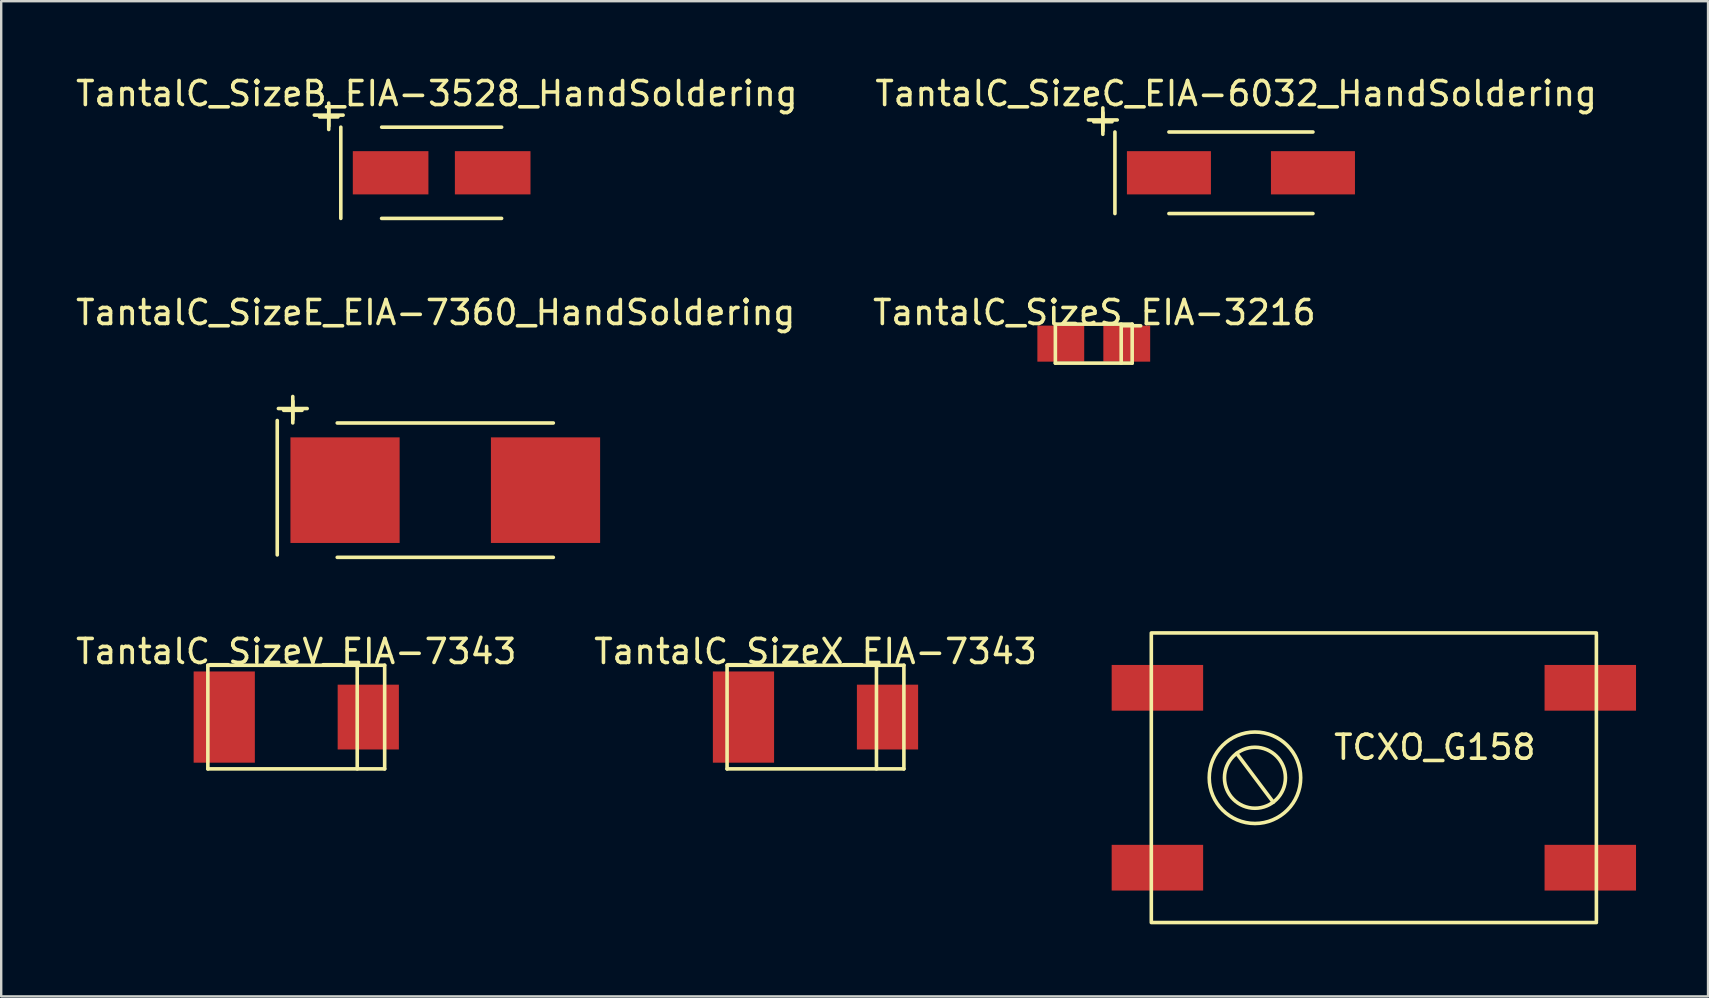
<source format=kicad_pcb>
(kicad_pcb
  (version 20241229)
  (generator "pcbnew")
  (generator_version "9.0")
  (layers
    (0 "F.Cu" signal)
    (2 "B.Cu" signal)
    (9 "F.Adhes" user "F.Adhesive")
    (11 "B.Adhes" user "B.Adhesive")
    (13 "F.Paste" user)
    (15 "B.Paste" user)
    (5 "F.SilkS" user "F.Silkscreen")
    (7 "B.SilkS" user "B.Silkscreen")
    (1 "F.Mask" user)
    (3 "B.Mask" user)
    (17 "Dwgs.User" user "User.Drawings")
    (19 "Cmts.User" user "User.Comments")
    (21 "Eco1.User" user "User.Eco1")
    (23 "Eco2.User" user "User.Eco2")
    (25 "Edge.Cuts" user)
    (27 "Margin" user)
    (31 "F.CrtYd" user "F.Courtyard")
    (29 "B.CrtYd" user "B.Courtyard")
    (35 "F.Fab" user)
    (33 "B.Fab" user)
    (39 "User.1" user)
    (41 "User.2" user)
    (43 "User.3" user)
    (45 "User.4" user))
  (footprint "TantalC_SizeB_EIA-3528_HandSoldering"
    (layer "F.Cu")
    (at 15.349 4.148)
    (property "Reference" "TantalC_SizeB_EIA-3528_HandSoldering" (at -0.201 -3.299 0) (layer "F.SilkS") (effects (font (size 1 1) (thickness 0.15))))
    (attr smd)
    (fp_line (start -5.304 -2.403) (end -4.105 -2.403) (stroke (width 0.15) (type solid)) (layer "F.SilkS"))
    (fp_line (start -4.704 -2.903) (end -4.704 -1.803) (stroke (width 0.15) (type solid)) (layer "F.SilkS"))
    (fp_line (start -4.201 -1.9) (end -4.201 1.9) (stroke (width 0.15) (type solid)) (layer "F.SilkS"))
    (fp_line (start 2.497 1.9) (end -2.502 1.9) (stroke (width 0.15) (type solid)) (layer "F.SilkS"))
    (fp_line (start 2.499 -1.9) (end -2.499 -1.9) (stroke (width 0.15) (type solid)) (layer "F.SilkS"))
    (fp_text user "+" (at -4.702 -2.4 0) (layer "F.SilkS") (effects (font (size 1 1) (thickness 0.15))))
    (pad "1" smd rect (at -2.126 0) (size 3.15 1.801) (layers "F.Cu" "F.Mask" "F.Paste"))
    (pad "2" smd rect (at 2.126 0) (size 3.15 1.801) (layers "F.Cu" "F.Mask" "F.Paste")))
  (footprint "TCXO_G158"
    (layer "F.Cu")
    (at 54.184 29.351)
    (property "Reference" "TCXO_G158" (at 2.54 -1.27 0) (layer "F.SilkS") (effects (font (size 1 1) (thickness 0.15))))
    (attr smd)
    (fp_line (start -9.271 -6.032) (end 9.271 -6.032) (stroke (width 0.15) (type solid)) (layer "F.SilkS"))
    (fp_line (start -9.271 5.969) (end -9.271 -5.969) (stroke (width 0.15) (type solid)) (layer "F.SilkS"))
    (fp_line (start -5.715 -1.016) (end -4.191 1.016) (stroke (width 0.15) (type solid)) (layer "F.SilkS"))
    (fp_line (start 9.271 -5.969) (end 9.271 5.969) (stroke (width 0.15) (type solid)) (layer "F.SilkS"))
    (fp_line (start 9.271 6.032) (end -9.271 6.032) (stroke (width 0.15) (type solid)) (layer "F.SilkS"))
    (fp_circle (center -4.953 0) (end -3.683 0) (stroke (width 0.15) (type solid)) (fill no) (layer "F.SilkS"))
    (fp_circle (center -4.953 0) (end -3.048 0) (stroke (width 0.15) (type solid)) (fill no) (layer "F.SilkS"))
    (pad "1" smd rect (at -9.017 3.747) (size 3.81 1.905) (layers "F.Cu" "F.Mask" "F.Paste"))
    (pad "2" smd rect (at 9.017 3.747) (size 3.81 1.905) (layers "F.Cu" "F.Mask" "F.Paste"))
    (pad "3" smd rect (at 9.017 -3.747) (size 3.81 1.905) (layers "F.Cu" "F.Mask" "F.Paste"))
    (pad "4" smd rect (at -9.017 -3.747) (size 3.81 1.905) (layers "F.Cu" "F.Mask" "F.Paste")))
  (footprint "TantalC_SizeC_EIA-6032_HandSoldering"
    (layer "F.Cu")
    (at 48.647 4.148)
    (property "Reference" "TantalC_SizeC_EIA-6032_HandSoldering" (at -0.201 -3.299 0) (layer "F.SilkS") (effects (font (size 1 1) (thickness 0.15))))
    (attr smd)
    (fp_line (start -6.353 -2.202) (end -5.154 -2.202) (stroke (width 0.15) (type solid)) (layer "F.SilkS"))
    (fp_line (start -5.753 -2.703) (end -5.753 -1.603) (stroke (width 0.15) (type solid)) (layer "F.SilkS"))
    (fp_line (start -5.25 -1.699) (end -5.25 1.699) (stroke (width 0.15) (type solid)) (layer "F.SilkS"))
    (fp_line (start 3 -1.699) (end -3 -1.699) (stroke (width 0.15) (type solid)) (layer "F.SilkS"))
    (fp_line (start 3 1.699) (end -3 1.699) (stroke (width 0.15) (type solid)) (layer "F.SilkS"))
    (fp_text user "+" (at -5.751 -2.2 0) (layer "F.SilkS") (effects (font (size 1 1) (thickness 0.15))))
    (pad "1" smd rect (at -3 0) (size 3.5 1.801) (layers "F.Cu" "F.Mask" "F.Paste"))
    (pad "2" smd rect (at 3 0) (size 3.5 1.801) (layers "F.Cu" "F.Mask" "F.Paste")))
  (footprint "TantalC_SizeV_EIA-7343"
    (layer "F.Cu")
    (at 9.292 26.823)
    (property "Reference" "TantalC_SizeV_EIA-7343" (at 0 -2.731 0) (layer "F.SilkS") (effects (font (size 1 1) (thickness 0.15))))
    (attr through_hole)
    (fp_line (start -3.683 -2.159) (end -3.683 2.159) (stroke (width 0.15) (type solid)) (layer "F.SilkS"))
    (fp_line (start -3.683 2.159) (end 3.683 2.159) (stroke (width 0.15) (type solid)) (layer "F.SilkS"))
    (fp_line (start 2.54 -2.159) (end 2.54 2.159) (stroke (width 0.15) (type solid)) (layer "F.SilkS"))
    (fp_line (start 3.683 -2.159) (end -3.683 -2.159) (stroke (width 0.15) (type solid)) (layer "F.SilkS"))
    (fp_line (start 3.683 2.159) (end 3.683 -2.159) (stroke (width 0.15) (type solid)) (layer "F.SilkS"))
    (pad "1" smd rect (at 3 0) (size 2.55 2.7) (layers "F.Cu" "F.Mask" "F.Paste"))
    (pad "2" smd rect (at -3 0) (size 2.55 3.8) (layers "F.Cu" "F.Mask" "F.Paste")))
  (footprint "TantalC_SizeE_EIA-7360_HandSoldering"
    (layer "F.Cu")
    (at 15.5 17.37)
    (property "Reference" "TantalC_SizeE_EIA-7360_HandSoldering" (at -0.399 -7.399 0) (layer "F.SilkS") (effects (font (size 1 1) (thickness 0.15))))
    (attr smd)
    (fp_line (start -7 -2.901) (end -7 2.697) (stroke (width 0.15) (type solid)) (layer "F.SilkS"))
    (fp_line (start -6.952 -3.401) (end -5.753 -3.401) (stroke (width 0.15) (type solid)) (layer "F.SilkS"))
    (fp_line (start -6.353 -3.901) (end -6.353 -2.802) (stroke (width 0.15) (type solid)) (layer "F.SilkS"))
    (fp_line (start -4.501 2.799) (end 4.501 2.799) (stroke (width 0.15) (type solid)) (layer "F.SilkS"))
    (fp_line (start 4.501 -2.799) (end -4.501 -2.799) (stroke (width 0.15) (type solid)) (layer "F.SilkS"))
    (fp_text user "+" (at -6.35 -3.399 0) (layer "F.SilkS") (effects (font (size 1 1) (thickness 0.15))))
    (pad "1" smd rect (at -4.176 0) (size 4.549 4.399) (layers "F.Cu" "F.Mask" "F.Paste"))
    (pad "2" smd rect (at 4.176 0) (size 4.549 4.399) (layers "F.Cu" "F.Mask" "F.Paste")))
  (footprint "TantalC_SizeS_EIA-3216"
    (layer "F.Cu")
    (at 42.516 11.266)
    (property "Reference" "TantalC_SizeS_EIA-3216" (at 0.025 -1.295 0) (layer "F.SilkS") (effects (font (size 1 1) (thickness 0.15))))
    (attr through_hole)
    (fp_line (start -1.6 -0.813) (end -1.6 0.813) (stroke (width 0.15) (type solid)) (layer "F.SilkS"))
    (fp_line (start -1.6 0.813) (end 1.6 0.813) (stroke (width 0.15) (type solid)) (layer "F.SilkS"))
    (fp_line (start 1.143 0.813) (end 1.143 -0.813) (stroke (width 0.15) (type solid)) (layer "F.SilkS"))
    (fp_line (start 1.6 -0.813) (end -1.6 -0.813) (stroke (width 0.15) (type solid)) (layer "F.SilkS"))
    (fp_line (start 1.6 0.813) (end 1.6 -0.813) (stroke (width 0.15) (type solid)) (layer "F.SilkS"))
    (pad "1" smd rect (at 1.374 0) (size 1.951 1.501) (layers "F.Cu" "F.Mask" "F.Paste"))
    (pad "2" smd rect (at -1.374 0) (size 1.951 1.501) (layers "F.Cu" "F.Mask" "F.Paste")))
  (footprint "TantalC_SizeX_EIA-7343"
    (layer "F.Cu")
    (at 30.923 26.823)
    (property "Reference" "TantalC_SizeX_EIA-7343" (at 0 -2.731 0) (layer "F.SilkS") (effects (font (size 1 1) (thickness 0.15))))
    (attr through_hole)
    (fp_line (start -3.683 -2.159) (end -3.683 2.159) (stroke (width 0.15) (type solid)) (layer "F.SilkS"))
    (fp_line (start -3.683 2.159) (end 3.683 2.159) (stroke (width 0.15) (type solid)) (layer "F.SilkS"))
    (fp_line (start 2.54 -2.159) (end 2.54 2.159) (stroke (width 0.15) (type solid)) (layer "F.SilkS"))
    (fp_line (start 3.683 -2.159) (end -3.683 -2.159) (stroke (width 0.15) (type solid)) (layer "F.SilkS"))
    (fp_line (start 3.683 2.159) (end 3.683 -2.159) (stroke (width 0.15) (type solid)) (layer "F.SilkS"))
    (pad "1" smd rect (at 3 0) (size 2.55 2.7) (layers "F.Cu" "F.Mask" "F.Paste"))
    (pad "2" smd rect (at -3 0) (size 2.55 3.8) (layers "F.Cu" "F.Mask" "F.Paste")))
  (gr_rect
    (start -3 -3)
    (end 68.106 38.459)
    (stroke (width 0.1) (type default))
    (fill no)
    (layer "Edge.Cuts")))
</source>
